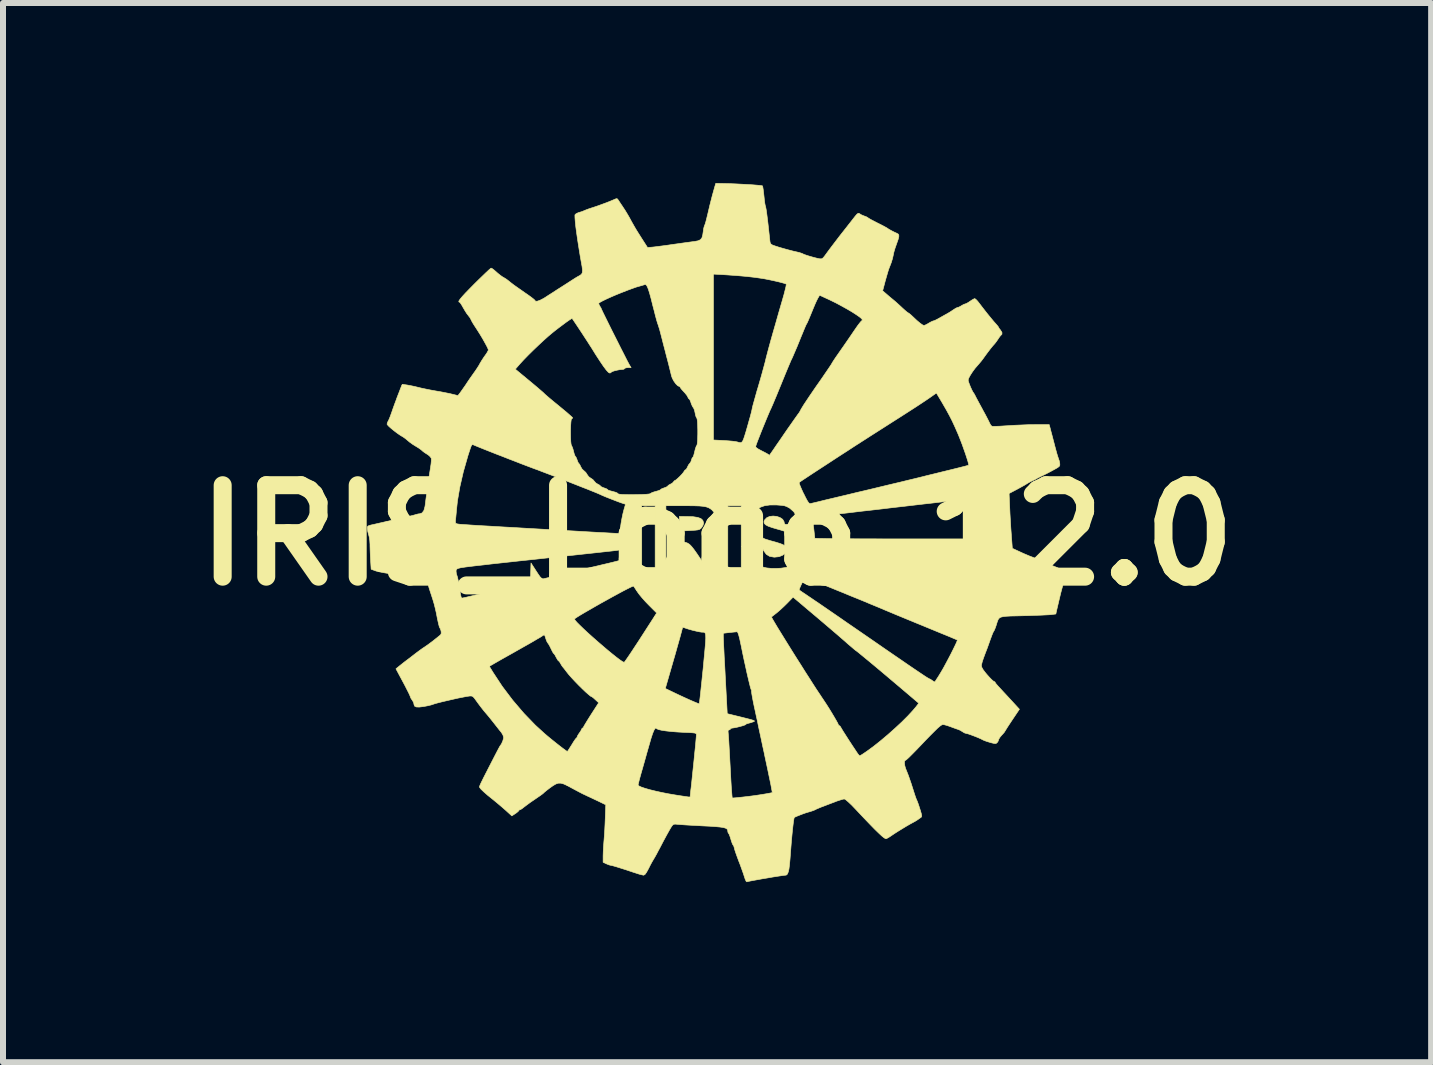
<source format=kicad_pcb>
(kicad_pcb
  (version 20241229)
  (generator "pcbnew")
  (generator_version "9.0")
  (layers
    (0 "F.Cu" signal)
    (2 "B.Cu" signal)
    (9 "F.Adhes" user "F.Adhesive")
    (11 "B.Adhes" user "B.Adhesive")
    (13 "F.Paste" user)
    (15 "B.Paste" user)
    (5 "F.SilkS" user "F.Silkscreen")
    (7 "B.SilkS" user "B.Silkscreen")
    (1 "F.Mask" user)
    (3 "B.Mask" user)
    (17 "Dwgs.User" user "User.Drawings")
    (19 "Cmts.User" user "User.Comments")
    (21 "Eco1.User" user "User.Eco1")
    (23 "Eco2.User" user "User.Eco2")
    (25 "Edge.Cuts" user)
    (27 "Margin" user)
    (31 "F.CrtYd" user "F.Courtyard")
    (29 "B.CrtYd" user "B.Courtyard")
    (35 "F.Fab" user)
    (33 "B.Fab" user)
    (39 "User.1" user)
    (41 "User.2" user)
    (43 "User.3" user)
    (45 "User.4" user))
  (footprint "IRIS_Logo_12.0"
    (layer "F.Cu")
    (at 8.897 5.869)
    (property "Reference" "IRIS_Logo_12.0" (at 0 0 0) (layer "F.SilkS") (effects (font (size 1.524 1.524) (thickness 0.3))))
    (attr through_hole)
    (fp_poly (pts (xy -0.504 -0.313) (xy -0.4 -0.31) (xy -0.322 -0.298) (xy -0.269 -0.279) (xy -0.237 -0.249) (xy -0.224 -0.21) (xy -0.224 -0.2) (xy -0.234 -0.165) (xy -0.257 -0.128) (xy -0.258 -0.127) (xy -0.274 -0.11) (xy -0.293 -0.098) (xy -0.321 -0.09) (xy -0.364 -0.085) (xy -0.427 -0.081) (xy -0.459 -0.079) (xy -0.628 -0.07) (xy -0.628 -0.314) (xy -0.504 -0.313)) (stroke (width 0.01) (type solid)) (fill yes) (layer "F.SilkS"))
    (fp_poly (pts (xy 0.128 -5.861) (xy 0.217 -5.859) (xy 0.313 -5.855) (xy 0.41 -5.85) (xy 0.503 -5.845) (xy 0.589 -5.84) (xy 0.662 -5.834) (xy 0.717 -5.829) (xy 0.75 -5.824) (xy 0.757 -5.822) (xy 0.762 -5.804) (xy 0.769 -5.763) (xy 0.776 -5.705) (xy 0.782 -5.652) (xy 0.789 -5.585) (xy 0.796 -5.531) (xy 0.803 -5.495) (xy 0.807 -5.483) (xy 0.811 -5.467) (xy 0.819 -5.425) (xy 0.828 -5.362) (xy 0.838 -5.283) (xy 0.849 -5.192) (xy 0.86 -5.093) (xy 0.871 -4.991) (xy 0.878 -4.925) (xy 0.884 -4.88) (xy 0.897 -4.854) (xy 0.921 -4.838) (xy 0.932 -4.833) (xy 0.973 -4.819) (xy 1.035 -4.799) (xy 1.111 -4.777) (xy 1.191 -4.755) (xy 1.268 -4.735) (xy 1.33 -4.721) (xy 1.378 -4.709) (xy 1.414 -4.697) (xy 1.427 -4.691) (xy 1.45 -4.68) (xy 1.493 -4.665) (xy 1.548 -4.648) (xy 1.608 -4.631) (xy 1.663 -4.617) (xy 1.705 -4.608) (xy 1.711 -4.607) (xy 1.743 -4.607) (xy 1.768 -4.623) (xy 1.793 -4.654) (xy 1.828 -4.702) (xy 1.875 -4.766) (xy 1.931 -4.84) (xy 1.989 -4.916) (xy 2.044 -4.988) (xy 2.092 -5.049) (xy 2.107 -5.068) (xy 2.148 -5.12) (xy 2.198 -5.184) (xy 2.249 -5.249) (xy 2.262 -5.266) (xy 2.303 -5.318) (xy 2.331 -5.35) (xy 2.35 -5.364) (xy 2.364 -5.365) (xy 2.374 -5.359) (xy 2.404 -5.34) (xy 2.447 -5.322) (xy 2.453 -5.32) (xy 2.49 -5.306) (xy 2.511 -5.294) (xy 2.513 -5.292) (xy 2.527 -5.282) (xy 2.563 -5.261) (xy 2.615 -5.234) (xy 2.667 -5.207) (xy 2.729 -5.176) (xy 2.781 -5.149) (xy 2.817 -5.129) (xy 2.831 -5.121) (xy 2.862 -5.1) (xy 2.907 -5.075) (xy 2.956 -5.05) (xy 2.992 -5.034) (xy 3.016 -5.021) (xy 3.028 -5.005) (xy 3.029 -4.978) (xy 3.019 -4.935) (xy 2.997 -4.872) (xy 2.989 -4.849) (xy 2.966 -4.784) (xy 2.947 -4.72) (xy 2.936 -4.669) (xy 2.935 -4.663) (xy 2.923 -4.61) (xy 2.904 -4.547) (xy 2.889 -4.508) (xy 2.873 -4.467) (xy 2.857 -4.425) (xy 2.842 -4.375) (xy 2.824 -4.313) (xy 2.801 -4.232) (xy 2.783 -4.163) (xy 2.759 -4.074) (xy 2.821 -4.021) (xy 2.869 -3.979) (xy 2.92 -3.937) (xy 2.938 -3.922) (xy 2.976 -3.89) (xy 3.026 -3.845) (xy 3.077 -3.798) (xy 3.084 -3.791) (xy 3.127 -3.752) (xy 3.162 -3.722) (xy 3.183 -3.707) (xy 3.186 -3.706) (xy 3.202 -3.696) (xy 3.232 -3.671) (xy 3.263 -3.642) (xy 3.331 -3.578) (xy 3.386 -3.532) (xy 3.427 -3.504) (xy 3.448 -3.496) (xy 3.471 -3.504) (xy 3.508 -3.523) (xy 3.526 -3.534) (xy 3.565 -3.556) (xy 3.596 -3.57) (xy 3.604 -3.572) (xy 3.627 -3.579) (xy 3.665 -3.598) (xy 3.698 -3.616) (xy 3.753 -3.647) (xy 3.808 -3.678) (xy 3.832 -3.691) (xy 3.883 -3.721) (xy 3.931 -3.753) (xy 3.94 -3.759) (xy 3.975 -3.782) (xy 4.003 -3.795) (xy 4.007 -3.795) (xy 4.032 -3.803) (xy 4.067 -3.822) (xy 4.071 -3.825) (xy 4.106 -3.845) (xy 4.133 -3.855) (xy 4.135 -3.855) (xy 4.157 -3.863) (xy 4.193 -3.884) (xy 4.216 -3.9) (xy 4.254 -3.925) (xy 4.284 -3.941) (xy 4.294 -3.944) (xy 4.312 -3.932) (xy 4.339 -3.904) (xy 4.352 -3.888) (xy 4.428 -3.789) (xy 4.499 -3.698) (xy 4.561 -3.622) (xy 4.611 -3.562) (xy 4.636 -3.534) (xy 4.667 -3.499) (xy 4.687 -3.473) (xy 4.691 -3.465) (xy 4.7 -3.448) (xy 4.721 -3.422) (xy 4.747 -3.381) (xy 4.747 -3.351) (xy 4.736 -3.339) (xy 4.719 -3.321) (xy 4.694 -3.288) (xy 4.683 -3.27) (xy 4.654 -3.228) (xy 4.628 -3.194) (xy 4.62 -3.185) (xy 4.593 -3.155) (xy 4.555 -3.108) (xy 4.512 -3.052) (xy 4.47 -2.995) (xy 4.438 -2.95) (xy 4.405 -2.906) (xy 4.363 -2.856) (xy 4.343 -2.833) (xy 4.298 -2.781) (xy 4.256 -2.724) (xy 4.22 -2.668) (xy 4.194 -2.62) (xy 4.184 -2.588) (xy 4.184 -2.586) (xy 4.189 -2.561) (xy 4.204 -2.519) (xy 4.224 -2.469) (xy 4.245 -2.423) (xy 4.263 -2.388) (xy 4.272 -2.376) (xy 4.284 -2.358) (xy 4.302 -2.325) (xy 4.306 -2.316) (xy 4.323 -2.283) (xy 4.351 -2.231) (xy 4.386 -2.166) (xy 4.424 -2.096) (xy 4.43 -2.084) (xy 4.468 -2.015) (xy 4.501 -1.952) (xy 4.527 -1.901) (xy 4.542 -1.869) (xy 4.544 -1.865) (xy 4.562 -1.833) (xy 4.581 -1.817) (xy 4.603 -1.815) (xy 4.649 -1.816) (xy 4.713 -1.818) (xy 4.791 -1.823) (xy 4.845 -1.826) (xy 4.952 -1.833) (xy 5.071 -1.838) (xy 5.189 -1.843) (xy 5.294 -1.844) (xy 5.311 -1.845) (xy 5.534 -1.845) (xy 5.554 -1.771) (xy 5.565 -1.727) (xy 5.582 -1.664) (xy 5.602 -1.587) (xy 5.623 -1.507) (xy 5.625 -1.498) (xy 5.645 -1.424) (xy 5.663 -1.358) (xy 5.679 -1.307) (xy 5.689 -1.277) (xy 5.69 -1.274) (xy 5.702 -1.24) (xy 5.71 -1.198) (xy 5.711 -1.169) (xy 5.701 -1.148) (xy 5.675 -1.128) (xy 5.64 -1.108) (xy 5.569 -1.069) (xy 5.495 -1.03) (xy 5.428 -0.997) (xy 5.379 -0.973) (xy 5.342 -0.955) (xy 5.319 -0.941) (xy 5.288 -0.924) (xy 5.259 -0.911) (xy 5.223 -0.894) (xy 5.178 -0.869) (xy 5.162 -0.859) (xy 5.121 -0.834) (xy 5.063 -0.802) (xy 5.001 -0.768) (xy 4.984 -0.759) (xy 4.866 -0.697) (xy 4.876 -0.464) (xy 4.881 -0.358) (xy 4.888 -0.238) (xy 4.895 -0.118) (xy 4.903 -0.013) (xy 4.903 -0.007) (xy 4.92 0.217) (xy 4.989 0.249) (xy 5.106 0.303) (xy 5.203 0.344) (xy 5.284 0.375) (xy 5.303 0.381) (xy 5.359 0.402) (xy 5.426 0.43) (xy 5.485 0.458) (xy 5.535 0.482) (xy 5.573 0.5) (xy 5.593 0.508) (xy 5.594 0.508) (xy 5.609 0.514) (xy 5.644 0.528) (xy 5.689 0.548) (xy 5.736 0.57) (xy 5.777 0.589) (xy 5.804 0.602) (xy 5.809 0.606) (xy 5.809 0.621) (xy 5.802 0.659) (xy 5.79 0.713) (xy 5.775 0.777) (xy 5.759 0.842) (xy 5.746 0.889) (xy 5.726 0.964) (xy 5.702 1.064) (xy 5.674 1.183) (xy 5.66 1.242) (xy 5.645 1.311) (xy 5.568 1.321) (xy 5.532 1.324) (xy 5.471 1.327) (xy 5.39 1.331) (xy 5.295 1.334) (xy 5.19 1.338) (xy 5.105 1.34) (xy 4.984 1.343) (xy 4.89 1.345) (xy 4.819 1.349) (xy 4.766 1.355) (xy 4.729 1.364) (xy 4.704 1.378) (xy 4.687 1.398) (xy 4.675 1.425) (xy 4.663 1.46) (xy 4.653 1.494) (xy 4.636 1.543) (xy 4.62 1.582) (xy 4.611 1.597) (xy 4.598 1.62) (xy 4.58 1.664) (xy 4.56 1.718) (xy 4.555 1.731) (xy 4.531 1.799) (xy 4.502 1.88) (xy 4.471 1.96) (xy 4.461 1.987) (xy 4.437 2.052) (xy 4.418 2.11) (xy 4.407 2.154) (xy 4.405 2.17) (xy 4.411 2.199) (xy 4.434 2.24) (xy 4.476 2.295) (xy 4.499 2.322) (xy 4.541 2.369) (xy 4.578 2.407) (xy 4.605 2.43) (xy 4.613 2.434) (xy 4.63 2.443) (xy 4.632 2.447) (xy 4.641 2.464) (xy 4.666 2.494) (xy 4.688 2.519) (xy 4.719 2.552) (xy 4.764 2.601) (xy 4.819 2.66) (xy 4.877 2.723) (xy 4.891 2.738) (xy 5.038 2.898) (xy 4.917 3.078) (xy 4.874 3.143) (xy 4.838 3.198) (xy 4.812 3.24) (xy 4.798 3.263) (xy 4.796 3.266) (xy 4.787 3.281) (xy 4.763 3.309) (xy 4.744 3.329) (xy 4.714 3.365) (xy 4.695 3.395) (xy 4.692 3.405) (xy 4.682 3.433) (xy 4.669 3.452) (xy 4.654 3.465) (xy 4.636 3.47) (xy 4.607 3.466) (xy 4.559 3.454) (xy 4.553 3.452) (xy 4.499 3.436) (xy 4.454 3.42) (xy 4.43 3.409) (xy 4.395 3.391) (xy 4.345 3.369) (xy 4.287 3.346) (xy 4.231 3.325) (xy 4.185 3.309) (xy 4.156 3.302) (xy 4.154 3.302) (xy 4.124 3.293) (xy 4.092 3.274) (xy 4.052 3.249) (xy 4.019 3.235) (xy 3.986 3.224) (xy 3.936 3.206) (xy 3.89 3.189) (xy 3.836 3.17) (xy 3.789 3.157) (xy 3.762 3.153) (xy 3.744 3.159) (xy 3.716 3.178) (xy 3.676 3.212) (xy 3.623 3.264) (xy 3.553 3.334) (xy 3.48 3.409) (xy 3.388 3.506) (xy 3.314 3.583) (xy 3.256 3.642) (xy 3.212 3.686) (xy 3.18 3.717) (xy 3.158 3.736) (xy 3.144 3.747) (xy 3.135 3.75) (xy 3.134 3.75) (xy 3.125 3.763) (xy 3.123 3.795) (xy 3.128 3.837) (xy 3.14 3.88) (xy 3.143 3.888) (xy 3.187 3.999) (xy 3.233 4.131) (xy 3.264 4.228) (xy 3.284 4.291) (xy 3.302 4.346) (xy 3.316 4.385) (xy 3.319 4.393) (xy 3.335 4.429) (xy 3.349 4.466) (xy 3.365 4.513) (xy 3.386 4.579) (xy 3.389 4.587) (xy 3.404 4.641) (xy 3.41 4.674) (xy 3.406 4.692) (xy 3.399 4.699) (xy 3.329 4.748) (xy 3.272 4.781) (xy 3.222 4.808) (xy 3.156 4.846) (xy 3.082 4.891) (xy 3.01 4.935) (xy 2.948 4.975) (xy 2.914 4.998) (xy 2.871 5.027) (xy 2.834 5.048) (xy 2.819 5.055) (xy 2.804 5.053) (xy 2.779 5.037) (xy 2.743 5.008) (xy 2.694 4.962) (xy 2.63 4.9) (xy 2.552 4.82) (xy 2.456 4.72) (xy 2.342 4.599) (xy 2.311 4.566) (xy 2.244 4.496) (xy 2.188 4.443) (xy 2.147 4.408) (xy 2.122 4.393) (xy 2.119 4.393) (xy 2.093 4.398) (xy 2.047 4.412) (xy 1.989 4.431) (xy 1.968 4.44) (xy 1.896 4.467) (xy 1.82 4.496) (xy 1.755 4.521) (xy 1.748 4.523) (xy 1.697 4.544) (xy 1.657 4.561) (xy 1.636 4.572) (xy 1.636 4.572) (xy 1.614 4.582) (xy 1.574 4.596) (xy 1.531 4.609) (xy 1.48 4.624) (xy 1.421 4.645) (xy 1.362 4.668) (xy 1.313 4.688) (xy 1.287 4.701) (xy 1.282 4.718) (xy 1.275 4.759) (xy 1.267 4.822) (xy 1.258 4.9) (xy 1.249 4.99) (xy 1.24 5.086) (xy 1.232 5.185) (xy 1.225 5.274) (xy 1.216 5.396) (xy 1.207 5.491) (xy 1.198 5.562) (xy 1.186 5.611) (xy 1.173 5.643) (xy 1.158 5.659) (xy 1.142 5.663) (xy 1.117 5.665) (xy 1.069 5.672) (xy 1.003 5.682) (xy 0.926 5.694) (xy 0.841 5.709) (xy 0.756 5.723) (xy 0.674 5.738) (xy 0.602 5.751) (xy 0.545 5.762) (xy 0.507 5.77) (xy 0.496 5.773) (xy 0.485 5.764) (xy 0.47 5.733) (xy 0.455 5.688) (xy 0.438 5.635) (xy 0.413 5.565) (xy 0.385 5.487) (xy 0.363 5.431) (xy 0.337 5.361) (xy 0.314 5.297) (xy 0.297 5.246) (xy 0.29 5.218) (xy 0.28 5.182) (xy 0.269 5.162) (xy 0.268 5.162) (xy 0.257 5.144) (xy 0.243 5.106) (xy 0.23 5.064) (xy 0.215 5.016) (xy 0.201 4.98) (xy 0.192 4.967) (xy 0.181 4.947) (xy 0.179 4.93) (xy 0.176 4.909) (xy 0.165 4.893) (xy 0.143 4.88) (xy 0.106 4.869) (xy 0.052 4.861) (xy -0.024 4.854) (xy -0.123 4.847) (xy -0.232 4.842) (xy -0.335 4.836) (xy -0.433 4.831) (xy -0.52 4.826) (xy -0.591 4.821) (xy -0.639 4.817) (xy -0.652 4.816) (xy -0.698 4.812) (xy -0.725 4.816) (xy -0.745 4.834) (xy -0.766 4.865) (xy -0.796 4.916) (xy -0.839 4.993) (xy -0.893 5.093) (xy -0.957 5.216) (xy -0.979 5.256) (xy -1.008 5.312) (xy -1.038 5.365) (xy -1.056 5.395) (xy -1.079 5.434) (xy -1.109 5.489) (xy -1.139 5.549) (xy -1.142 5.555) (xy -1.175 5.615) (xy -1.2 5.65) (xy -1.222 5.663) (xy -1.224 5.663) (xy -1.249 5.658) (xy -1.296 5.646) (xy -1.355 5.627) (xy -1.399 5.613) (xy -1.515 5.574) (xy -1.613 5.543) (xy -1.69 5.519) (xy -1.744 5.504) (xy -1.772 5.498) (xy -1.774 5.498) (xy -1.798 5.492) (xy -1.836 5.477) (xy -1.845 5.473) (xy -1.898 5.448) (xy -1.898 5.341) (xy -1.896 5.278) (xy -1.892 5.198) (xy -1.886 5.115) (xy -1.883 5.079) (xy -1.877 5.003) (xy -1.871 4.908) (xy -1.866 4.807) (xy -1.862 4.711) (xy -1.862 4.706) (xy -1.854 4.49) (xy -1.969 4.434) (xy -2.039 4.401) (xy -2.113 4.366) (xy -2.178 4.336) (xy -2.181 4.334) (xy -2.239 4.307) (xy -2.31 4.27) (xy -2.383 4.231) (xy -2.413 4.215) (xy -2.494 4.171) (xy -2.516 4.161) (xy -1.315 4.161) (xy -1.301 4.176) (xy -1.261 4.195) (xy -1.199 4.216) (xy -1.119 4.239) (xy -1.025 4.262) (xy -0.921 4.285) (xy -0.809 4.307) (xy -0.71 4.324) (xy -0.616 4.339) (xy -0.548 4.349) (xy -0.501 4.356) (xy -0.472 4.36) (xy -0.456 4.36) (xy -0.449 4.359) (xy -0.448 4.355) (xy -0.448 4.352) (xy -0.446 4.333) (xy -0.442 4.291) (xy -0.436 4.235) (xy -0.432 4.206) (xy -0.424 4.134) (xy -0.415 4.047) (xy -0.405 3.95) (xy -0.394 3.845) (xy -0.383 3.739) (xy -0.373 3.636) (xy -0.363 3.541) (xy -0.355 3.457) (xy -0.349 3.389) (xy -0.345 3.343) (xy -0.344 3.323) (xy -0.345 3.31) (xy -0.353 3.302) (xy -0.37 3.295) (xy -0.403 3.291) (xy -0.456 3.287) (xy -0.533 3.284) (xy -0.557 3.283) (xy -0.665 3.277) (xy -0.766 3.269) (xy -0.854 3.259) (xy -0.925 3.248) (xy -0.976 3.236) (xy -1.002 3.224) (xy -1.003 3.223) (xy -1.018 3.211) (xy -1.033 3.219) (xy -1.051 3.249) (xy -1.073 3.302) (xy -1.099 3.381) (xy -1.124 3.468) (xy -1.17 3.628) (xy -1.207 3.761) (xy -1.238 3.87) (xy -1.263 3.957) (xy -1.282 4.025) (xy -1.296 4.077) (xy -1.305 4.114) (xy -1.311 4.139) (xy -1.314 4.154) (xy -1.315 4.161) (xy -2.516 4.161) (xy -2.555 4.143) (xy -2.604 4.13) (xy -2.644 4.13) (xy -2.681 4.142) (xy -2.691 4.147) (xy -2.732 4.171) (xy -2.783 4.207) (xy -2.834 4.246) (xy -2.876 4.28) (xy -2.891 4.295) (xy -2.909 4.31) (xy -2.946 4.337) (xy -2.996 4.371) (xy -3.026 4.392) (xy -3.107 4.447) (xy -3.171 4.494) (xy -3.229 4.538) (xy -3.253 4.557) (xy -3.278 4.571) (xy -3.286 4.572) (xy -3.301 4.582) (xy -3.302 4.585) (xy -3.313 4.6) (xy -3.342 4.624) (xy -3.361 4.637) (xy -3.419 4.675) (xy -3.521 4.582) (xy -3.584 4.527) (xy -3.656 4.466) (xy -3.724 4.41) (xy -3.735 4.401) (xy -3.821 4.332) (xy -3.887 4.274) (xy -3.933 4.23) (xy -3.956 4.2) (xy -3.959 4.192) (xy -3.953 4.172) (xy -3.936 4.133) (xy -3.91 4.08) (xy -3.891 4.041) (xy -3.822 3.906) (xy -3.761 3.787) (xy -3.71 3.688) (xy -3.669 3.609) (xy -3.639 3.552) (xy -3.621 3.519) (xy -3.616 3.511) (xy -3.593 3.478) (xy -3.571 3.43) (xy -3.558 3.385) (xy -3.556 3.369) (xy -3.566 3.331) (xy -3.59 3.289) (xy -3.597 3.28) (xy -3.629 3.241) (xy -3.668 3.191) (xy -3.698 3.153) (xy -3.742 3.097) (xy -3.79 3.037) (xy -3.817 3.004) (xy -3.881 2.929) (xy -3.933 2.863) (xy -3.984 2.795) (xy -4.012 2.756) (xy -4.044 2.712) (xy -4.067 2.688) (xy -4.089 2.678) (xy -4.117 2.677) (xy -4.131 2.679) (xy -4.173 2.685) (xy -4.235 2.697) (xy -4.311 2.712) (xy -4.396 2.731) (xy -4.483 2.751) (xy -4.565 2.77) (xy -4.637 2.788) (xy -4.693 2.803) (xy -4.727 2.814) (xy -4.729 2.815) (xy -4.766 2.827) (xy -4.821 2.84) (xy -4.883 2.852) (xy -4.89 2.853) (xy -4.963 2.862) (xy -5.011 2.86) (xy -5.038 2.847) (xy -5.049 2.821) (xy -5.05 2.809) (xy -5.059 2.779) (xy -5.08 2.745) (xy -5.101 2.714) (xy -5.11 2.69) (xy -5.11 2.69) (xy -5.117 2.672) (xy -5.135 2.632) (xy -5.164 2.575) (xy -5.199 2.506) (xy -5.23 2.448) (xy -5.35 2.224) (xy -5.316 2.197) (xy -5.299 2.183) (xy -3.794 2.183) (xy -3.733 2.283) (xy -3.579 2.517) (xy -3.406 2.746) (xy -3.22 2.964) (xy -3.027 3.164) (xy -2.876 3.302) (xy -2.816 3.353) (xy -2.75 3.407) (xy -2.684 3.46) (xy -2.622 3.509) (xy -2.567 3.551) (xy -2.525 3.582) (xy -2.5 3.599) (xy -2.495 3.601) (xy -2.484 3.589) (xy -2.463 3.557) (xy -2.434 3.511) (xy -2.42 3.489) (xy -2.389 3.438) (xy -2.363 3.4) (xy -2.346 3.379) (xy -2.342 3.377) (xy -2.331 3.365) (xy -2.331 3.359) (xy -2.322 3.337) (xy -2.301 3.304) (xy -2.293 3.293) (xy -2.27 3.259) (xy -2.257 3.233) (xy -2.256 3.228) (xy -2.245 3.213) (xy -2.241 3.212) (xy -2.227 3.202) (xy -2.226 3.199) (xy -2.219 3.182) (xy -2.197 3.145) (xy -2.165 3.092) (xy -2.125 3.028) (xy -2.099 2.987) (xy -1.972 2.79) (xy -2.026 2.74) (xy -2.059 2.71) (xy -2.083 2.692) (xy -2.09 2.689) (xy -2.109 2.679) (xy -2.144 2.65) (xy -2.192 2.608) (xy -2.247 2.555) (xy -2.25 2.552) (xy -0.862 2.552) (xy -0.689 2.635) (xy -0.613 2.671) (xy -0.535 2.707) (xy -0.46 2.741) (xy -0.393 2.77) (xy -0.34 2.792) (xy -0.307 2.805) (xy -0.298 2.808) (xy -0.295 2.794) (xy -0.289 2.753) (xy -0.281 2.689) (xy -0.272 2.605) (xy -0.261 2.503) (xy -0.249 2.388) (xy -0.236 2.262) (xy -0.232 2.225) (xy -0.218 2.074) (xy -0.206 1.95) (xy -0.197 1.851) (xy -0.191 1.774) (xy -0.188 1.715) (xy -0.189 1.679) (xy 0.104 1.679) (xy 0.105 1.703) (xy 0.107 1.755) (xy 0.11 1.829) (xy 0.115 1.923) (xy 0.12 2.033) (xy 0.127 2.156) (xy 0.134 2.288) (xy 0.137 2.349) (xy 0.17 2.972) (xy 0.41 3.031) (xy 0.498 3.053) (xy 0.56 3.069) (xy 0.599 3.081) (xy 0.62 3.09) (xy 0.624 3.097) (xy 0.615 3.103) (xy 0.605 3.107) (xy 0.558 3.123) (xy 0.519 3.133) (xy 0.489 3.142) (xy 0.478 3.152) (xy 0.465 3.16) (xy 0.431 3.172) (xy 0.384 3.185) (xy 0.333 3.198) (xy 0.287 3.207) (xy 0.253 3.212) (xy 0.248 3.212) (xy 0.227 3.22) (xy 0.224 3.227) (xy 0.212 3.24) (xy 0.201 3.242) (xy 0.184 3.25) (xy 0.184 3.278) (xy 0.185 3.283) (xy 0.187 3.308) (xy 0.191 3.358) (xy 0.196 3.431) (xy 0.201 3.522) (xy 0.207 3.628) (xy 0.213 3.746) (xy 0.219 3.851) (xy 0.225 3.973) (xy 0.231 4.085) (xy 0.237 4.184) (xy 0.243 4.266) (xy 0.248 4.328) (xy 0.252 4.366) (xy 0.255 4.378) (xy 0.274 4.376) (xy 0.315 4.373) (xy 0.373 4.367) (xy 0.421 4.362) (xy 0.518 4.351) (xy 0.626 4.337) (xy 0.733 4.321) (xy 0.83 4.305) (xy 0.883 4.295) (xy 0.921 4.287) (xy 0.901 4.179) (xy 0.893 4.137) (xy 0.879 4.07) (xy 0.861 3.984) (xy 0.84 3.883) (xy 0.816 3.771) (xy 0.791 3.654) (xy 0.785 3.623) (xy 0.76 3.51) (xy 0.738 3.405) (xy 0.718 3.312) (xy 0.701 3.234) (xy 0.689 3.177) (xy 0.682 3.143) (xy 0.681 3.138) (xy 0.676 3.111) (xy 0.665 3.061) (xy 0.65 2.993) (xy 0.633 2.913) (xy 0.62 2.855) (xy 0.603 2.772) (xy 0.589 2.699) (xy 0.579 2.64) (xy 0.574 2.601) (xy 0.574 2.589) (xy 0.575 2.575) (xy 0.571 2.575) (xy 0.565 2.563) (xy 0.554 2.525) (xy 0.539 2.465) (xy 0.52 2.386) (xy 0.498 2.292) (xy 0.475 2.186) (xy 0.45 2.073) (xy 0.425 1.954) (xy 0.401 1.835) (xy 0.395 1.808) (xy 0.377 1.723) (xy 0.36 1.659) (xy 0.346 1.62) (xy 0.335 1.607) (xy 0.314 1.609) (xy 0.272 1.613) (xy 0.218 1.619) (xy 0.213 1.619) (xy 0.105 1.632) (xy 0.104 1.679) (xy -0.189 1.679) (xy -0.189 1.673) (xy -0.193 1.645) (xy -0.2 1.627) (xy -0.211 1.618) (xy -0.226 1.614) (xy -0.244 1.614) (xy -0.254 1.614) (xy -0.288 1.609) (xy -0.342 1.598) (xy -0.405 1.583) (xy -0.467 1.566) (xy -0.52 1.549) (xy -0.539 1.542) (xy -0.567 1.534) (xy -0.577 1.543) (xy -0.578 1.552) (xy -0.583 1.571) (xy -0.595 1.616) (xy -0.613 1.683) (xy -0.637 1.768) (xy -0.665 1.867) (xy -0.696 1.978) (xy -0.721 2.064) (xy -0.862 2.552) (xy -2.25 2.552) (xy -2.307 2.496) (xy -2.366 2.435) (xy -2.422 2.375) (xy -2.469 2.322) (xy -2.504 2.278) (xy -2.511 2.269) (xy -2.539 2.232) (xy -2.562 2.203) (xy -2.566 2.199) (xy -2.587 2.171) (xy -2.608 2.135) (xy -2.626 2.105) (xy -2.641 2.092) (xy -2.641 2.092) (xy -2.654 2.079) (xy -2.672 2.048) (xy -2.681 2.032) (xy -2.7 1.996) (xy -2.715 1.975) (xy -2.719 1.972) (xy -2.73 1.96) (xy -2.748 1.927) (xy -2.764 1.894) (xy -2.787 1.847) (xy -2.808 1.81) (xy -2.819 1.796) (xy -2.835 1.77) (xy -2.851 1.728) (xy -2.854 1.718) (xy -2.866 1.681) (xy -2.876 1.66) (xy -2.878 1.658) (xy -2.895 1.666) (xy -2.924 1.685) (xy -2.926 1.686) (xy -2.949 1.701) (xy -2.995 1.727) (xy -3.059 1.765) (xy -3.137 1.81) (xy -3.226 1.86) (xy -3.321 1.914) (xy -3.418 1.969) (xy -3.509 2.02) (xy -3.591 2.066) (xy -3.659 2.105) (xy -3.708 2.133) (xy -3.735 2.149) (xy -3.794 2.183) (xy -5.299 2.183) (xy -5.277 2.165) (xy -5.248 2.142) (xy -5.214 2.115) (xy -5.172 2.083) (xy -5.158 2.073) (xy -5.116 2.041) (xy -5.063 2) (xy -5.022 1.968) (xy -4.967 1.927) (xy -4.909 1.885) (xy -4.871 1.86) (xy -4.813 1.82) (xy -4.738 1.764) (xy -4.655 1.698) (xy -4.606 1.658) (xy -4.595 1.633) (xy -4.598 1.594) (xy -4.611 1.556) (xy -4.617 1.546) (xy -4.627 1.526) (xy -4.637 1.488) (xy -4.651 1.428) (xy -4.657 1.395) (xy -2.376 1.395) (xy -2.365 1.415) (xy -2.334 1.451) (xy -2.286 1.499) (xy -2.225 1.558) (xy -2.153 1.625) (xy -2.074 1.696) (xy -1.99 1.77) (xy -1.905 1.843) (xy -1.823 1.913) (xy -1.745 1.977) (xy -1.676 2.032) (xy -1.619 2.075) (xy -1.576 2.104) (xy -1.551 2.116) (xy -1.547 2.116) (xy -1.536 2.103) (xy -1.511 2.068) (xy -1.473 2.013) (xy -1.426 1.943) (xy -1.371 1.859) (xy -1.309 1.765) (xy -1.269 1.703) (xy -1.048 1.36) (xy 0.907 1.36) (xy 0.913 1.374) (xy 0.933 1.41) (xy 0.966 1.466) (xy 1.009 1.538) (xy 1.062 1.624) (xy 1.122 1.721) (xy 1.187 1.826) (xy 1.256 1.937) (xy 1.327 2.05) (xy 1.399 2.163) (xy 1.468 2.273) (xy 1.535 2.377) (xy 1.596 2.473) (xy 1.65 2.557) (xy 1.696 2.626) (xy 1.731 2.678) (xy 1.733 2.682) (xy 1.776 2.746) (xy 1.823 2.817) (xy 1.87 2.891) (xy 1.915 2.965) (xy 1.955 3.032) (xy 1.988 3.089) (xy 2.011 3.131) (xy 2.021 3.154) (xy 2.021 3.156) (xy 2.028 3.167) (xy 2.032 3.168) (xy 2.05 3.18) (xy 2.059 3.194) (xy 2.072 3.217) (xy 2.099 3.262) (xy 2.14 3.326) (xy 2.191 3.406) (xy 2.251 3.498) (xy 2.319 3.6) (xy 2.321 3.604) (xy 2.348 3.643) (xy 2.369 3.668) (xy 2.377 3.675) (xy 2.392 3.667) (xy 2.426 3.646) (xy 2.472 3.615) (xy 2.497 3.598) (xy 2.608 3.517) (xy 2.726 3.423) (xy 2.847 3.321) (xy 2.966 3.215) (xy 3.079 3.11) (xy 3.179 3.01) (xy 3.263 2.919) (xy 3.313 2.86) (xy 3.361 2.798) (xy 3.179 2.643) (xy 3.093 2.57) (xy 3.001 2.492) (xy 2.905 2.411) (xy 2.808 2.329) (xy 2.713 2.249) (xy 2.622 2.173) (xy 2.538 2.103) (xy 2.464 2.042) (xy 2.403 1.992) (xy 2.357 1.954) (xy 2.329 1.932) (xy 2.322 1.927) (xy 2.309 1.918) (xy 2.277 1.892) (xy 2.232 1.853) (xy 2.175 1.805) (xy 2.14 1.773) (xy 2.081 1.722) (xy 2.005 1.656) (xy 1.916 1.58) (xy 1.819 1.497) (xy 1.719 1.412) (xy 1.62 1.328) (xy 1.616 1.325) (xy 1.267 1.03) (xy 1.168 1.132) (xy 1.113 1.186) (xy 1.056 1.239) (xy 1.006 1.282) (xy 0.994 1.292) (xy 0.953 1.324) (xy 0.921 1.349) (xy 0.907 1.36) (xy -1.048 1.36) (xy -1.006 1.294) (xy -1.134 1.166) (xy -1.192 1.106) (xy -1.248 1.043) (xy -1.296 0.985) (xy -1.322 0.949) (xy -1.352 0.904) (xy 1.37 0.904) (xy 1.37 0.912) (xy 1.387 0.924) (xy 1.423 0.949) (xy 1.473 0.982) (xy 1.524 1.017) (xy 1.563 1.043) (xy 1.623 1.084) (xy 1.703 1.138) (xy 1.799 1.204) (xy 1.908 1.279) (xy 2.029 1.362) (xy 2.157 1.451) (xy 2.291 1.543) (xy 2.391 1.612) (xy 2.593 1.751) (xy 2.772 1.875) (xy 2.929 1.983) (xy 3.065 2.076) (xy 3.181 2.156) (xy 3.278 2.222) (xy 3.358 2.276) (xy 3.422 2.319) (xy 3.47 2.351) (xy 3.505 2.373) (xy 3.527 2.386) (xy 3.537 2.391) (xy 3.537 2.391) (xy 3.556 2.399) (xy 3.585 2.419) (xy 3.586 2.42) (xy 3.613 2.438) (xy 3.628 2.443) (xy 3.628 2.443) (xy 3.638 2.429) (xy 3.659 2.396) (xy 3.69 2.349) (xy 3.707 2.321) (xy 3.736 2.273) (xy 3.772 2.211) (xy 3.811 2.139) (xy 3.852 2.062) (xy 3.893 1.984) (xy 3.93 1.91) (xy 3.962 1.845) (xy 3.987 1.792) (xy 4.001 1.757) (xy 4.004 1.744) (xy 3.989 1.738) (xy 3.949 1.721) (xy 3.888 1.695) (xy 3.808 1.662) (xy 3.712 1.623) (xy 3.603 1.578) (xy 3.484 1.529) (xy 3.436 1.509) (xy 3.311 1.458) (xy 3.192 1.409) (xy 3.083 1.364) (xy 2.986 1.324) (xy 2.905 1.29) (xy 2.845 1.265) (xy 2.807 1.249) (xy 2.801 1.247) (xy 2.77 1.233) (xy 2.715 1.21) (xy 2.64 1.179) (xy 2.55 1.142) (xy 2.448 1.099) (xy 2.338 1.054) (xy 2.224 1.008) (xy 2.111 0.961) (xy 2.002 0.917) (xy 1.902 0.876) (xy 1.813 0.84) (xy 1.783 0.828) (xy 1.724 0.804) (xy 1.674 0.782) (xy 1.64 0.767) (xy 1.633 0.764) (xy 1.607 0.752) (xy 1.567 0.735) (xy 1.524 0.719) (xy 1.489 0.707) (xy 1.473 0.702) (xy 1.461 0.715) (xy 1.442 0.746) (xy 1.419 0.789) (xy 1.397 0.835) (xy 1.379 0.876) (xy 1.37 0.904) (xy -1.352 0.904) (xy -1.353 0.903) (xy -1.377 0.866) (xy -1.391 0.846) (xy -1.392 0.846) (xy -1.407 0.85) (xy -1.444 0.867) (xy -1.5 0.895) (xy -1.572 0.932) (xy -1.655 0.977) (xy -1.747 1.027) (xy -1.844 1.081) (xy -1.942 1.135) (xy -2.038 1.19) (xy -2.128 1.242) (xy -2.21 1.289) (xy -2.279 1.33) (xy -2.332 1.363) (xy -2.365 1.385) (xy -2.376 1.395) (xy -4.657 1.395) (xy -4.662 1.375) (xy -4.679 1.287) (xy -4.696 1.213) (xy -4.713 1.145) (xy -4.734 1.074) (xy -4.761 0.991) (xy -4.79 0.903) (xy -4.804 0.857) (xy -4.811 0.818) (xy -4.811 0.811) (xy -4.818 0.781) (xy -4.827 0.769) (xy -4.85 0.76) (xy -4.895 0.748) (xy -4.956 0.733) (xy -5.026 0.717) (xy -5.098 0.701) (xy -5.167 0.686) (xy -5.225 0.676) (xy -5.244 0.673) (xy -5.377 0.652) (xy -5.483 0.635) (xy -5.566 0.621) (xy -5.629 0.608) (xy -5.658 0.601) (xy -4.348 0.601) (xy -4.343 0.643) (xy -4.333 0.672) (xy -4.325 0.697) (xy -4.314 0.745) (xy -4.302 0.807) (xy -4.295 0.854) (xy -4.282 0.933) (xy -4.273 0.987) (xy -4.266 1.02) (xy -4.26 1.038) (xy -4.254 1.045) (xy -4.25 1.046) (xy -4.232 1.043) (xy -4.195 1.035) (xy -4.179 1.032) (xy -4.139 1.022) (xy -4.078 1.008) (xy -3.999 0.989) (xy -3.907 0.967) (xy -3.805 0.943) (xy -3.697 0.918) (xy -3.589 0.892) (xy -3.483 0.866) (xy -3.384 0.843) (xy -3.296 0.822) (xy -3.223 0.804) (xy -3.17 0.791) (xy -3.139 0.784) (xy -3.134 0.783) (xy -3.123 0.775) (xy -3.115 0.757) (xy -3.109 0.724) (xy -3.106 0.669) (xy -3.105 0.618) (xy -3.1 0.461) (xy -3.013 0.596) (xy -2.973 0.657) (xy -2.944 0.697) (xy -2.923 0.718) (xy -2.905 0.725) (xy -2.894 0.725) (xy -2.87 0.719) (xy -2.822 0.708) (xy -2.754 0.691) (xy -2.671 0.671) (xy -2.578 0.649) (xy -2.525 0.636) (xy -2.404 0.607) (xy -2.269 0.575) (xy -2.132 0.542) (xy -2.002 0.512) (xy -1.891 0.485) (xy -1.89 0.485) (xy -1.8 0.464) (xy -1.719 0.444) (xy -1.653 0.427) (xy -1.606 0.414) (xy -1.583 0.406) (xy -1.581 0.406) (xy -1.578 0.387) (xy -1.582 0.349) (xy -1.587 0.318) (xy -1.597 0.273) (xy -1.608 0.251) (xy -1.624 0.245) (xy -1.642 0.247) (xy -1.656 0.249) (xy -1.681 0.253) (xy -1.718 0.257) (xy -1.768 0.263) (xy -1.834 0.27) (xy -1.916 0.279) (xy -2.015 0.29) (xy -2.135 0.303) (xy -2.275 0.318) (xy -2.438 0.336) (xy -2.624 0.356) (xy -2.837 0.378) (xy -3.076 0.404) (xy -3.287 0.426) (xy -3.451 0.444) (xy -3.607 0.461) (xy -3.754 0.477) (xy -3.889 0.493) (xy -4.007 0.506) (xy -4.108 0.518) (xy -4.187 0.528) (xy -4.242 0.536) (xy -4.269 0.54) (xy -4.315 0.552) (xy -4.338 0.564) (xy -4.347 0.582) (xy -4.348 0.601) (xy -5.658 0.601) (xy -5.675 0.597) (xy -5.702 0.588) (xy -5.763 0.565) (xy -5.773 0.407) (xy -5.777 0.328) (xy -5.78 0.248) (xy -5.782 0.178) (xy -5.782 0.151) (xy -5.786 0.088) (xy -5.795 0.028) (xy -5.804 -0.007) (xy -5.818 -0.058) (xy -5.826 -0.105) (xy -5.826 -0.113) (xy -5.826 -0.135) (xy -5.819 -0.151) (xy -5.8 -0.162) (xy -5.763 -0.172) (xy -5.704 -0.185) (xy -5.63 -0.202) (xy -5.555 -0.219) (xy -4.36 -0.219) (xy -4.354 -0.2) (xy -4.332 -0.191) (xy -4.315 -0.188) (xy -4.285 -0.184) (xy -4.231 -0.18) (xy -4.157 -0.175) (xy -4.071 -0.169) (xy -3.978 -0.163) (xy -3.974 -0.163) (xy -3.907 -0.159) (xy -3.814 -0.154) (xy -3.697 -0.147) (xy -3.562 -0.139) (xy -3.411 -0.131) (xy -3.248 -0.121) (xy -3.076 -0.111) (xy -2.899 -0.101) (xy -2.721 -0.091) (xy -2.704 -0.09) (xy -2.535 -0.08) (xy -2.373 -0.071) (xy -2.221 -0.062) (xy -2.082 -0.054) (xy -1.959 -0.047) (xy -1.855 -0.042) (xy -1.771 -0.037) (xy -1.711 -0.034) (xy -1.677 -0.032) (xy -1.672 -0.032) (xy -1.618 -0.03) (xy -1.608 -0.137) (xy -1.599 -0.202) (xy -1.585 -0.28) (xy -1.568 -0.362) (xy -1.549 -0.436) (xy -1.532 -0.493) (xy -1.532 -0.493) (xy -1.255 -0.493) (xy -1.255 0.538) (xy -1.031 0.538) (xy -1.031 -0.493) (xy -0.852 -0.493) (xy -0.852 0.538) (xy -0.628 0.538) (xy -0.628 0.101) (xy -0.557 0.112) (xy -0.519 0.119) (xy -0.487 0.132) (xy -0.456 0.153) (xy -0.424 0.186) (xy -0.385 0.235) (xy -0.336 0.304) (xy -0.297 0.362) (xy -0.179 0.538) (xy 0.089 0.538) (xy -0.004 0.385) (xy -0.049 0.315) (xy -0.098 0.246) (xy -0.143 0.187) (xy -0.172 0.154) (xy -0.247 0.077) (xy -0.198 0.067) (xy -0.145 0.046) (xy -0.091 0.006) (xy -0.045 -0.044) (xy -0.02 -0.085) (xy -0.002 -0.162) (xy -0.003 -0.245) (xy -0.023 -0.326) (xy -0.06 -0.394) (xy -0.085 -0.422) (xy -0.113 -0.444) (xy -0.144 -0.461) (xy -0.182 -0.474) (xy -0.231 -0.483) (xy -0.295 -0.489) (xy -0.379 -0.492) (xy -0.488 -0.493) (xy -0.537 -0.493) (xy 0.179 -0.493) (xy 0.179 0.538) (xy 0.403 0.538) (xy 0.403 0.187) (xy 0.545 0.187) (xy 0.548 0.251) (xy 0.566 0.335) (xy 0.61 0.412) (xy 0.675 0.477) (xy 0.757 0.525) (xy 0.775 0.532) (xy 0.829 0.544) (xy 0.902 0.551) (xy 0.984 0.552) (xy 1.065 0.548) (xy 1.134 0.538) (xy 1.169 0.53) (xy 1.236 0.495) (xy 1.298 0.444) (xy 1.344 0.384) (xy 1.361 0.348) (xy 1.369 0.304) (xy 1.373 0.246) (xy 1.372 0.202) (xy 1.361 0.129) (xy 1.337 0.069) (xy 1.296 0.02) (xy 1.235 -0.022) (xy 1.152 -0.059) (xy 1.042 -0.093) (xy 1.02 -0.099) (xy 0.923 -0.127) (xy 0.854 -0.151) (xy 0.809 -0.175) (xy 0.786 -0.2) (xy 0.782 -0.227) (xy 0.792 -0.255) (xy 0.827 -0.292) (xy 0.876 -0.314) (xy 0.934 -0.321) (xy 0.994 -0.315) (xy 1.049 -0.296) (xy 1.093 -0.267) (xy 1.117 -0.226) (xy 1.12 -0.205) (xy 1.124 -0.191) (xy 1.138 -0.183) (xy 1.169 -0.181) (xy 1.223 -0.182) (xy 1.229 -0.182) (xy 1.337 -0.187) (xy 1.336 -0.248) (xy 1.326 -0.299) (xy 1.586 -0.299) (xy 1.589 -0.267) (xy 1.59 -0.262) (xy 1.596 -0.228) (xy 1.603 -0.176) (xy 1.611 -0.115) (xy 1.618 -0.053) (xy 1.624 0.001) (xy 1.628 0.038) (xy 1.628 0.049) (xy 1.643 0.05) (xy 1.685 0.052) (xy 1.754 0.053) (xy 1.845 0.055) (xy 1.959 0.056) (xy 2.091 0.057) (xy 2.241 0.058) (xy 2.406 0.059) (xy 2.585 0.059) (xy 2.774 0.06) (xy 2.973 0.06) (xy 2.996 0.06) (xy 4.363 0.06) (xy 4.362 -0.071) (xy 4.36 -0.164) (xy 4.353 -0.275) (xy 4.344 -0.391) (xy 4.332 -0.501) (xy 4.324 -0.565) (xy 4.316 -0.605) (xy 4.306 -0.622) (xy 4.286 -0.623) (xy 4.275 -0.621) (xy 4.253 -0.618) (xy 4.204 -0.611) (xy 4.131 -0.602) (xy 4.038 -0.591) (xy 3.926 -0.578) (xy 3.8 -0.563) (xy 3.661 -0.546) (xy 3.514 -0.529) (xy 3.459 -0.523) (xy 3.287 -0.503) (xy 3.107 -0.482) (xy 2.922 -0.461) (xy 2.74 -0.439) (xy 2.567 -0.419) (xy 2.406 -0.401) (xy 2.266 -0.384) (xy 2.174 -0.373) (xy 2.052 -0.359) (xy 1.938 -0.346) (xy 1.836 -0.335) (xy 1.75 -0.326) (xy 1.683 -0.319) (xy 1.639 -0.315) (xy 1.623 -0.314) (xy 1.595 -0.312) (xy 1.586 -0.299) (xy 1.326 -0.299) (xy 1.32 -0.324) (xy 1.278 -0.393) (xy 1.212 -0.451) (xy 1.198 -0.459) (xy 1.161 -0.479) (xy 1.124 -0.492) (xy 1.078 -0.499) (xy 1.015 -0.504) (xy 0.982 -0.506) (xy 0.877 -0.505) (xy 0.793 -0.493) (xy 0.724 -0.469) (xy 0.664 -0.429) (xy 0.658 -0.424) (xy 0.611 -0.366) (xy 0.58 -0.292) (xy 0.571 -0.211) (xy 0.573 -0.184) (xy 0.596 -0.103) (xy 0.64 -0.036) (xy 0.707 0.018) (xy 0.8 0.062) (xy 0.886 0.089) (xy 0.981 0.115) (xy 1.051 0.137) (xy 1.099 0.156) (xy 1.13 0.176) (xy 1.148 0.196) (xy 1.151 0.204) (xy 1.156 0.253) (xy 1.136 0.297) (xy 1.093 0.332) (xy 1.034 0.356) (xy 0.96 0.364) (xy 0.95 0.364) (xy 0.877 0.351) (xy 0.821 0.317) (xy 0.778 0.258) (xy 0.77 0.241) (xy 0.74 0.178) (xy 0.643 0.182) (xy 0.545 0.187) (xy 0.403 0.187) (xy 0.403 -0.493) (xy 0.179 -0.493) (xy -0.537 -0.493) (xy -0.852 -0.493) (xy -1.031 -0.493) (xy -1.255 -0.493) (xy -1.532 -0.493) (xy -1.53 -0.499) (xy -1.53 -0.519) (xy -1.538 -0.523) (xy -1.558 -0.528) (xy -1.6 -0.542) (xy -1.657 -0.563) (xy -1.722 -0.588) (xy -1.789 -0.614) (xy -1.852 -0.639) (xy -1.904 -0.661) (xy -1.938 -0.676) (xy -1.943 -0.679) (xy -1.966 -0.689) (xy -2.013 -0.709) (xy -2.08 -0.736) (xy -2.164 -0.77) (xy -2.262 -0.808) (xy -2.368 -0.85) (xy -2.48 -0.894) (xy -2.594 -0.938) (xy -2.706 -0.982) (xy -2.812 -1.022) (xy -2.909 -1.059) (xy -2.992 -1.091) (xy -3.026 -1.103) (xy -3.088 -1.126) (xy -3.167 -1.156) (xy -3.259 -1.191) (xy -3.361 -1.231) (xy -3.468 -1.272) (xy -3.577 -1.315) (xy -3.684 -1.356) (xy -3.785 -1.396) (xy -3.876 -1.432) (xy -3.953 -1.463) (xy -4.012 -1.487) (xy -4.05 -1.503) (xy -4.062 -1.508) (xy -4.073 -1.511) (xy -4.084 -1.506) (xy -4.096 -1.487) (xy -4.11 -1.45) (xy -4.129 -1.393) (xy -4.151 -1.325) (xy -4.227 -1.059) (xy -4.285 -0.807) (xy -4.325 -0.574) (xy -4.34 -0.433) (xy -4.346 -0.368) (xy -4.352 -0.305) (xy -4.357 -0.259) (xy -4.36 -0.219) (xy -5.555 -0.219) (xy -5.543 -0.222) (xy -5.458 -0.241) (xy -5.439 -0.246) (xy -5.359 -0.265) (xy -5.272 -0.285) (xy -5.195 -0.302) (xy -5.177 -0.306) (xy -5.116 -0.32) (xy -5.063 -0.333) (xy -5.028 -0.343) (xy -5.023 -0.345) (xy -4.98 -0.356) (xy -4.953 -0.359) (xy -4.914 -0.373) (xy -4.884 -0.414) (xy -4.866 -0.481) (xy -4.864 -0.493) (xy -4.848 -0.621) (xy -4.83 -0.748) (xy -4.814 -0.868) (xy -4.798 -0.976) (xy -4.784 -1.065) (xy -4.774 -1.128) (xy -4.765 -1.189) (xy -4.76 -1.242) (xy -4.76 -1.278) (xy -4.761 -1.283) (xy -4.779 -1.31) (xy -4.813 -1.34) (xy -4.834 -1.353) (xy -4.876 -1.38) (xy -4.907 -1.404) (xy -4.916 -1.413) (xy -4.938 -1.431) (xy -4.977 -1.458) (xy -5.015 -1.481) (xy -5.07 -1.515) (xy -5.124 -1.554) (xy -5.151 -1.577) (xy -5.192 -1.611) (xy -5.231 -1.639) (xy -5.244 -1.646) (xy -5.283 -1.67) (xy -5.332 -1.704) (xy -5.383 -1.743) (xy -5.431 -1.782) (xy -5.47 -1.817) (xy -5.494 -1.844) (xy -5.498 -1.853) (xy -5.49 -1.883) (xy -5.478 -1.905) (xy -5.464 -1.934) (xy -5.445 -1.981) (xy -5.425 -2.037) (xy -5.424 -2.039) (xy -5.402 -2.103) (xy -5.374 -2.181) (xy -5.345 -2.258) (xy -5.338 -2.279) (xy -5.313 -2.344) (xy -5.289 -2.405) (xy -5.272 -2.451) (xy -5.266 -2.465) (xy -5.253 -2.499) (xy -5.243 -2.516) (xy -5.242 -2.516) (xy -5.226 -2.513) (xy -5.189 -2.508) (xy -5.162 -2.504) (xy -5.108 -2.494) (xy -5.04 -2.48) (xy -4.983 -2.466) (xy -4.925 -2.452) (xy -4.849 -2.436) (xy -4.764 -2.419) (xy -4.692 -2.406) (xy -4.609 -2.392) (xy -4.528 -2.376) (xy -4.457 -2.362) (xy -4.411 -2.351) (xy -4.317 -2.328) (xy -4.285 -2.369) (xy -4.264 -2.398) (xy -4.231 -2.445) (xy -4.191 -2.502) (xy -4.161 -2.548) (xy -4.119 -2.61) (xy -4.078 -2.668) (xy -4.045 -2.715) (xy -4.029 -2.737) (xy -4.008 -2.768) (xy -3.361 -2.768) (xy -3.123 -2.571) (xy -3.052 -2.512) (xy -2.988 -2.458) (xy -2.937 -2.414) (xy -2.9 -2.382) (xy -2.882 -2.365) (xy -2.881 -2.364) (xy -2.868 -2.351) (xy -2.836 -2.323) (xy -2.788 -2.282) (xy -2.727 -2.231) (xy -2.657 -2.174) (xy -2.641 -2.161) (xy -2.57 -2.102) (xy -2.507 -2.05) (xy -2.457 -2.006) (xy -2.422 -1.975) (xy -2.406 -1.958) (xy -2.406 -1.957) (xy -2.417 -1.942) (xy -2.424 -1.939) (xy -2.43 -1.923) (xy -2.435 -1.883) (xy -2.439 -1.826) (xy -2.441 -1.76) (xy -2.441 -1.689) (xy -2.44 -1.621) (xy -2.437 -1.562) (xy -2.432 -1.518) (xy -2.426 -1.497) (xy -2.425 -1.496) (xy -2.415 -1.477) (xy -2.401 -1.439) (xy -2.391 -1.401) (xy -2.379 -1.355) (xy -2.367 -1.324) (xy -2.361 -1.315) (xy -2.35 -1.302) (xy -2.336 -1.27) (xy -2.331 -1.255) (xy -2.317 -1.218) (xy -2.304 -1.197) (xy -2.301 -1.195) (xy -2.29 -1.183) (xy -2.275 -1.152) (xy -2.272 -1.144) (xy -2.249 -1.105) (xy -2.22 -1.077) (xy -2.217 -1.075) (xy -2.187 -1.048) (xy -2.166 -1.015) (xy -2.139 -0.977) (xy -2.106 -0.953) (xy -2.069 -0.929) (xy -2.046 -0.902) (xy -2.019 -0.872) (xy -1.985 -0.851) (xy -1.955 -0.835) (xy -1.942 -0.821) (xy -1.942 -0.821) (xy -1.929 -0.809) (xy -1.897 -0.795) (xy -1.883 -0.79) (xy -1.846 -0.777) (xy -1.825 -0.764) (xy -1.823 -0.761) (xy -1.81 -0.751) (xy -1.775 -0.74) (xy -1.741 -0.731) (xy -1.696 -0.719) (xy -1.666 -0.707) (xy -1.658 -0.701) (xy -1.651 -0.692) (xy -1.627 -0.685) (xy -1.583 -0.68) (xy -1.517 -0.678) (xy -1.426 -0.677) (xy -1.348 -0.678) (xy -1.248 -0.68) (xy -1.174 -0.684) (xy -1.127 -0.689) (xy -1.109 -0.696) (xy -1.089 -0.709) (xy -1.05 -0.723) (xy -1.02 -0.731) (xy -0.976 -0.744) (xy -0.948 -0.755) (xy -0.941 -0.761) (xy -0.928 -0.772) (xy -0.896 -0.785) (xy -0.882 -0.79) (xy -0.845 -0.804) (xy -0.824 -0.817) (xy -0.822 -0.821) (xy -0.809 -0.834) (xy -0.78 -0.851) (xy -0.778 -0.851) (xy -0.745 -0.87) (xy -0.734 -0.881) (xy 1.369 -0.881) (xy 1.37 -0.864) (xy 1.384 -0.825) (xy 1.407 -0.771) (xy 1.437 -0.705) (xy 1.443 -0.695) (xy 1.478 -0.624) (xy 1.504 -0.576) (xy 1.523 -0.547) (xy 1.538 -0.532) (xy 1.552 -0.528) (xy 1.568 -0.531) (xy 1.589 -0.536) (xy 1.637 -0.547) (xy 1.708 -0.564) (xy 1.8 -0.587) (xy 1.91 -0.613) (xy 2.036 -0.643) (xy 2.175 -0.676) (xy 2.323 -0.712) (xy 2.443 -0.74) (xy 2.603 -0.778) (xy 2.76 -0.816) (xy 2.91 -0.852) (xy 3.05 -0.885) (xy 3.176 -0.916) (xy 3.285 -0.942) (xy 3.375 -0.964) (xy 3.44 -0.98) (xy 3.466 -0.987) (xy 3.547 -1.007) (xy 3.646 -1.031) (xy 3.755 -1.058) (xy 3.862 -1.084) (xy 3.919 -1.098) (xy 4.004 -1.119) (xy 4.079 -1.138) (xy 4.138 -1.153) (xy 4.178 -1.164) (xy 4.193 -1.169) (xy 4.191 -1.187) (xy 4.181 -1.227) (xy 4.163 -1.285) (xy 4.14 -1.356) (xy 4.112 -1.435) (xy 4.083 -1.517) (xy 4.052 -1.597) (xy 4.023 -1.67) (xy 4.012 -1.696) (xy 3.962 -1.81) (xy 3.917 -1.907) (xy 3.872 -1.995) (xy 3.823 -2.085) (xy 3.764 -2.187) (xy 3.754 -2.205) (xy 3.655 -2.371) (xy 3.547 -2.295) (xy 3.496 -2.26) (xy 3.421 -2.21) (xy 3.324 -2.146) (xy 3.206 -2.07) (xy 3.069 -1.982) (xy 2.915 -1.884) (xy 2.746 -1.776) (xy 2.622 -1.697) (xy 2.559 -1.657) (xy 2.48 -1.606) (xy 2.389 -1.548) (xy 2.288 -1.483) (xy 2.181 -1.413) (xy 2.069 -1.341) (xy 1.957 -1.268) (xy 1.847 -1.196) (xy 1.741 -1.127) (xy 1.643 -1.063) (xy 1.556 -1.006) (xy 1.482 -0.957) (xy 1.424 -0.919) (xy 1.386 -0.893) (xy 1.369 -0.882) (xy 1.369 -0.881) (xy -0.734 -0.881) (xy -0.726 -0.89) (xy -0.711 -0.909) (xy -0.704 -0.911) (xy -0.686 -0.922) (xy -0.655 -0.948) (xy -0.619 -0.982) (xy -0.584 -1.019) (xy -0.558 -1.051) (xy -0.548 -1.068) (xy -0.533 -1.088) (xy -0.525 -1.091) (xy -0.511 -1.103) (xy -0.494 -1.134) (xy -0.492 -1.139) (xy -0.474 -1.175) (xy -0.455 -1.198) (xy -0.454 -1.199) (xy -0.438 -1.221) (xy -0.426 -1.255) (xy -0.416 -1.286) (xy -0.404 -1.3) (xy -0.404 -1.3) (xy -0.395 -1.313) (xy -0.384 -1.348) (xy -0.373 -1.393) (xy -0.361 -1.443) (xy -0.349 -1.476) (xy 0.642 -1.476) (xy 0.655 -1.46) (xy 0.688 -1.437) (xy 0.736 -1.411) (xy 0.748 -1.405) (xy 0.799 -1.379) (xy 0.839 -1.357) (xy 0.86 -1.343) (xy 0.862 -1.341) (xy 0.872 -1.332) (xy 0.873 -1.333) (xy 0.882 -1.346) (xy 0.906 -1.38) (xy 0.943 -1.433) (xy 0.989 -1.501) (xy 1.044 -1.58) (xy 1.105 -1.669) (xy 1.113 -1.681) (xy 1.175 -1.771) (xy 1.232 -1.852) (xy 1.281 -1.922) (xy 1.32 -1.977) (xy 1.347 -2.015) (xy 1.36 -2.032) (xy 1.36 -2.032) (xy 1.372 -2.049) (xy 1.391 -2.083) (xy 1.4 -2.101) (xy 1.417 -2.129) (xy 1.447 -2.178) (xy 1.491 -2.244) (xy 1.543 -2.322) (xy 1.603 -2.41) (xy 1.667 -2.503) (xy 1.671 -2.508) (xy 1.734 -2.598) (xy 1.79 -2.68) (xy 1.838 -2.75) (xy 1.876 -2.806) (xy 1.902 -2.845) (xy 1.912 -2.862) (xy 1.912 -2.863) (xy 1.921 -2.878) (xy 1.943 -2.913) (xy 1.977 -2.964) (xy 2.021 -3.027) (xy 2.06 -3.083) (xy 2.118 -3.166) (xy 2.178 -3.253) (xy 2.235 -3.336) (xy 2.283 -3.407) (xy 2.301 -3.433) (xy 2.339 -3.488) (xy 2.373 -3.533) (xy 2.397 -3.562) (xy 2.407 -3.571) (xy 2.419 -3.583) (xy 2.42 -3.592) (xy 2.408 -3.61) (xy 2.372 -3.64) (xy 2.317 -3.678) (xy 2.247 -3.723) (xy 2.165 -3.771) (xy 2.075 -3.821) (xy 1.982 -3.871) (xy 1.888 -3.917) (xy 1.852 -3.934) (xy 1.709 -4) (xy 1.677 -3.945) (xy 1.659 -3.909) (xy 1.634 -3.854) (xy 1.605 -3.785) (xy 1.575 -3.712) (xy 1.575 -3.712) (xy 1.547 -3.644) (xy 1.523 -3.587) (xy 1.505 -3.546) (xy 1.495 -3.527) (xy 1.494 -3.526) (xy 1.485 -3.51) (xy 1.468 -3.472) (xy 1.445 -3.417) (xy 1.418 -3.35) (xy 1.414 -3.342) (xy 1.384 -3.268) (xy 1.355 -3.196) (xy 1.33 -3.135) (xy 1.313 -3.096) (xy 1.292 -3.047) (xy 1.273 -3.003) (xy 1.267 -2.988) (xy 1.247 -2.944) (xy 1.232 -2.914) (xy 1.222 -2.89) (xy 1.202 -2.843) (xy 1.174 -2.776) (xy 1.14 -2.694) (xy 1.102 -2.601) (xy 1.069 -2.52) (xy 1.028 -2.42) (xy 0.99 -2.327) (xy 0.955 -2.244) (xy 0.927 -2.177) (xy 0.906 -2.13) (xy 0.897 -2.109) (xy 0.88 -2.074) (xy 0.857 -2.02) (xy 0.828 -1.951) (xy 0.796 -1.873) (xy 0.762 -1.79) (xy 0.729 -1.708) (xy 0.699 -1.631) (xy 0.673 -1.565) (xy 0.654 -1.513) (xy 0.644 -1.482) (xy 0.642 -1.476) (xy -0.349 -1.476) (xy -0.347 -1.481) (xy -0.337 -1.497) (xy -0.331 -1.516) (xy -0.326 -1.558) (xy -0.324 -1.588) (xy -0.06 -1.588) (xy 0.116 -1.579) (xy 0.19 -1.574) (xy 0.257 -1.568) (xy 0.309 -1.561) (xy 0.336 -1.556) (xy 0.366 -1.547) (xy 0.39 -1.543) (xy 0.408 -1.548) (xy 0.425 -1.566) (xy 0.441 -1.6) (xy 0.459 -1.653) (xy 0.482 -1.728) (xy 0.505 -1.807) (xy 0.529 -1.893) (xy 0.551 -1.97) (xy 0.568 -2.034) (xy 0.579 -2.079) (xy 0.583 -2.099) (xy 0.587 -2.12) (xy 0.598 -2.165) (xy 0.616 -2.23) (xy 0.639 -2.312) (xy 0.665 -2.405) (xy 0.687 -2.478) (xy 0.717 -2.581) (xy 0.745 -2.679) (xy 0.769 -2.767) (xy 0.789 -2.84) (xy 0.803 -2.893) (xy 0.808 -2.914) (xy 0.818 -2.956) (xy 0.836 -3.025) (xy 0.861 -3.119) (xy 0.893 -3.236) (xy 0.932 -3.374) (xy 0.977 -3.53) (xy 1.026 -3.703) (xy 1.081 -3.892) (xy 1.092 -3.93) (xy 1.115 -4.011) (xy 1.133 -4.082) (xy 1.147 -4.138) (xy 1.153 -4.174) (xy 1.153 -4.186) (xy 1.133 -4.194) (xy 1.089 -4.207) (xy 1.027 -4.223) (xy 0.953 -4.24) (xy 0.874 -4.257) (xy 0.794 -4.273) (xy 0.751 -4.28) (xy 0.635 -4.297) (xy 0.495 -4.313) (xy 0.336 -4.327) (xy 0.164 -4.339) (xy 0.101 -4.343) (xy -0.06 -4.352) (xy -0.06 -1.588) (xy -0.324 -1.588) (xy -0.323 -1.617) (xy -0.321 -1.686) (xy -0.321 -1.758) (xy -0.323 -1.828) (xy -0.326 -1.888) (xy -0.331 -1.932) (xy -0.337 -1.953) (xy -0.338 -1.954) (xy -0.35 -1.974) (xy -0.361 -2.013) (xy -0.365 -2.036) (xy -0.375 -2.082) (xy -0.389 -2.118) (xy -0.396 -2.127) (xy -0.412 -2.153) (xy -0.43 -2.195) (xy -0.434 -2.209) (xy -0.448 -2.247) (xy -0.461 -2.269) (xy -0.465 -2.271) (xy -0.478 -2.283) (xy -0.486 -2.302) (xy -0.501 -2.329) (xy -0.531 -2.367) (xy -0.554 -2.392) (xy -0.586 -2.427) (xy -0.608 -2.455) (xy -0.613 -2.466) (xy -0.624 -2.48) (xy -0.629 -2.48) (xy -0.656 -2.493) (xy -0.688 -2.525) (xy -0.72 -2.57) (xy -0.746 -2.619) (xy -0.759 -2.656) (xy -0.768 -2.694) (xy -0.783 -2.754) (xy -0.802 -2.831) (xy -0.824 -2.917) (xy -0.843 -2.988) (xy -0.867 -3.083) (xy -0.892 -3.177) (xy -0.914 -3.264) (xy -0.932 -3.334) (xy -0.941 -3.369) (xy -0.957 -3.429) (xy -0.973 -3.48) (xy -0.984 -3.514) (xy -0.986 -3.519) (xy -0.994 -3.542) (xy -1.008 -3.59) (xy -1.026 -3.656) (xy -1.046 -3.736) (xy -1.069 -3.823) (xy -1.098 -3.94) (xy -1.123 -4.031) (xy -1.144 -4.098) (xy -1.162 -4.143) (xy -1.178 -4.169) (xy -1.193 -4.179) (xy -1.203 -4.178) (xy -1.23 -4.169) (xy -1.271 -4.157) (xy -1.282 -4.154) (xy -1.345 -4.136) (xy -1.421 -4.109) (xy -1.505 -4.078) (xy -1.594 -4.043) (xy -1.683 -4.007) (xy -1.767 -3.971) (xy -1.842 -3.937) (xy -1.904 -3.907) (xy -1.948 -3.883) (xy -1.971 -3.867) (xy -1.972 -3.864) (xy -1.964 -3.839) (xy -1.952 -3.817) (xy -1.935 -3.79) (xy -1.929 -3.776) (xy -1.922 -3.76) (xy -1.904 -3.721) (xy -1.875 -3.662) (xy -1.839 -3.589) (xy -1.797 -3.504) (xy -1.751 -3.411) (xy -1.702 -3.314) (xy -1.653 -3.217) (xy -1.606 -3.123) (xy -1.562 -3.037) (xy -1.524 -2.962) (xy -1.493 -2.901) (xy -1.471 -2.86) (xy -1.462 -2.843) (xy -1.432 -2.794) (xy -1.485 -2.794) (xy -1.52 -2.79) (xy -1.538 -2.781) (xy -1.539 -2.779) (xy -1.552 -2.768) (xy -1.575 -2.764) (xy -1.614 -2.761) (xy -1.662 -2.752) (xy -1.708 -2.741) (xy -1.745 -2.729) (xy -1.763 -2.718) (xy -1.763 -2.717) (xy -1.776 -2.706) (xy -1.791 -2.704) (xy -1.811 -2.716) (xy -1.845 -2.753) (xy -1.891 -2.814) (xy -1.95 -2.901) (xy -2.023 -3.013) (xy -2.091 -3.123) (xy -2.119 -3.166) (xy -2.156 -3.224) (xy -2.199 -3.29) (xy -2.245 -3.361) (xy -2.292 -3.432) (xy -2.335 -3.497) (xy -2.372 -3.552) (xy -2.399 -3.592) (xy -2.414 -3.613) (xy -2.414 -3.614) (xy -2.428 -3.608) (xy -2.461 -3.587) (xy -2.51 -3.553) (xy -2.569 -3.509) (xy -2.636 -3.459) (xy -2.707 -3.404) (xy -2.749 -3.37) (xy -2.812 -3.317) (xy -2.889 -3.248) (xy -2.974 -3.169) (xy -3.062 -3.085) (xy -3.146 -3.002) (xy -3.22 -2.926) (xy -3.279 -2.862) (xy -3.288 -2.852) (xy -3.361 -2.768) (xy -4.008 -2.768) (xy -3.998 -2.783) (xy -3.964 -2.837) (xy -3.952 -2.86) (xy -3.919 -2.915) (xy -3.88 -2.975) (xy -3.862 -2.999) (xy -3.834 -3.04) (xy -3.815 -3.075) (xy -3.81 -3.09) (xy -3.818 -3.112) (xy -3.838 -3.154) (xy -3.869 -3.211) (xy -3.906 -3.277) (xy -3.948 -3.347) (xy -3.991 -3.415) (xy -4.031 -3.477) (xy -4.034 -3.481) (xy -4.064 -3.528) (xy -4.088 -3.57) (xy -4.099 -3.593) (xy -4.116 -3.625) (xy -4.143 -3.66) (xy -4.144 -3.662) (xy -4.17 -3.695) (xy -4.201 -3.744) (xy -4.229 -3.792) (xy -4.255 -3.838) (xy -4.277 -3.871) (xy -4.291 -3.885) (xy -4.291 -3.885) (xy -4.303 -3.89) (xy -4.3 -3.906) (xy -4.281 -3.935) (xy -4.245 -3.978) (xy -4.191 -4.037) (xy -4.117 -4.113) (xy -4.04 -4.191) (xy -3.967 -4.263) (xy -3.901 -4.327) (xy -3.845 -4.381) (xy -3.801 -4.422) (xy -3.773 -4.446) (xy -3.764 -4.452) (xy -3.745 -4.443) (xy -3.716 -4.421) (xy -3.709 -4.415) (xy -3.651 -4.364) (xy -3.607 -4.329) (xy -3.571 -4.304) (xy -3.551 -4.293) (xy -3.509 -4.267) (xy -3.469 -4.236) (xy -3.433 -4.207) (xy -3.386 -4.171) (xy -3.358 -4.151) (xy -3.314 -4.12) (xy -3.255 -4.079) (xy -3.191 -4.034) (xy -3.16 -4.013) (xy -3.107 -3.975) (xy -3.065 -3.943) (xy -3.039 -3.92) (xy -3.033 -3.912) (xy -3.022 -3.899) (xy -2.99 -3.902) (xy -2.944 -3.919) (xy -2.888 -3.948) (xy -2.864 -3.963) (xy -2.812 -3.997) (xy -2.744 -4.04) (xy -2.666 -4.091) (xy -2.584 -4.143) (xy -2.506 -4.193) (xy -2.438 -4.237) (xy -2.385 -4.271) (xy -2.37 -4.281) (xy -2.325 -4.308) (xy -2.283 -4.331) (xy -2.282 -4.332) (xy -2.258 -4.35) (xy -2.245 -4.376) (xy -2.242 -4.418) (xy -2.249 -4.479) (xy -2.255 -4.512) (xy -2.28 -4.652) (xy -2.302 -4.788) (xy -2.322 -4.916) (xy -2.339 -5.034) (xy -2.353 -5.138) (xy -2.362 -5.224) (xy -2.367 -5.29) (xy -2.368 -5.331) (xy -2.366 -5.342) (xy -2.347 -5.359) (xy -2.311 -5.376) (xy -2.297 -5.38) (xy -2.253 -5.393) (xy -2.219 -5.407) (xy -2.213 -5.409) (xy -2.188 -5.42) (xy -2.143 -5.437) (xy -2.086 -5.456) (xy -2.069 -5.461) (xy -1.975 -5.493) (xy -1.88 -5.528) (xy -1.793 -5.561) (xy -1.724 -5.59) (xy -1.711 -5.596) (xy -1.679 -5.609) (xy -1.661 -5.606) (xy -1.651 -5.594) (xy -1.635 -5.57) (xy -1.609 -5.53) (xy -1.576 -5.482) (xy -1.574 -5.478) (xy -1.534 -5.418) (xy -1.494 -5.352) (xy -1.466 -5.304) (xy -1.421 -5.221) (xy -1.384 -5.156) (xy -1.351 -5.099) (xy -1.315 -5.041) (xy -1.272 -4.973) (xy -1.255 -4.946) (xy -1.158 -4.795) (xy -1.083 -4.801) (xy -1.044 -4.805) (xy -0.981 -4.813) (xy -0.903 -4.823) (xy -0.814 -4.835) (xy -0.74 -4.846) (xy -0.645 -4.859) (xy -0.554 -4.872) (xy -0.472 -4.883) (xy -0.407 -4.892) (xy -0.374 -4.896) (xy -0.316 -4.907) (xy -0.277 -4.925) (xy -0.252 -4.956) (xy -0.238 -5.007) (xy -0.229 -5.068) (xy -0.222 -5.116) (xy -0.212 -5.152) (xy -0.207 -5.164) (xy -0.199 -5.184) (xy -0.186 -5.227) (xy -0.171 -5.286) (xy -0.157 -5.343) (xy -0.119 -5.504) (xy -0.08 -5.657) (xy -0.043 -5.79) (xy -0.041 -5.797) (xy -0.021 -5.864) (xy 0.128 -5.861)) (stroke (width 0.01) (type solid)) (fill yes) (layer "F.SilkS")))
  (gr_rect
    (start -3 -3)
    (end 20.795 14.648)
    (stroke (width 0.1) (type default))
    (fill no)
    (layer "Edge.Cuts")))
</source>
